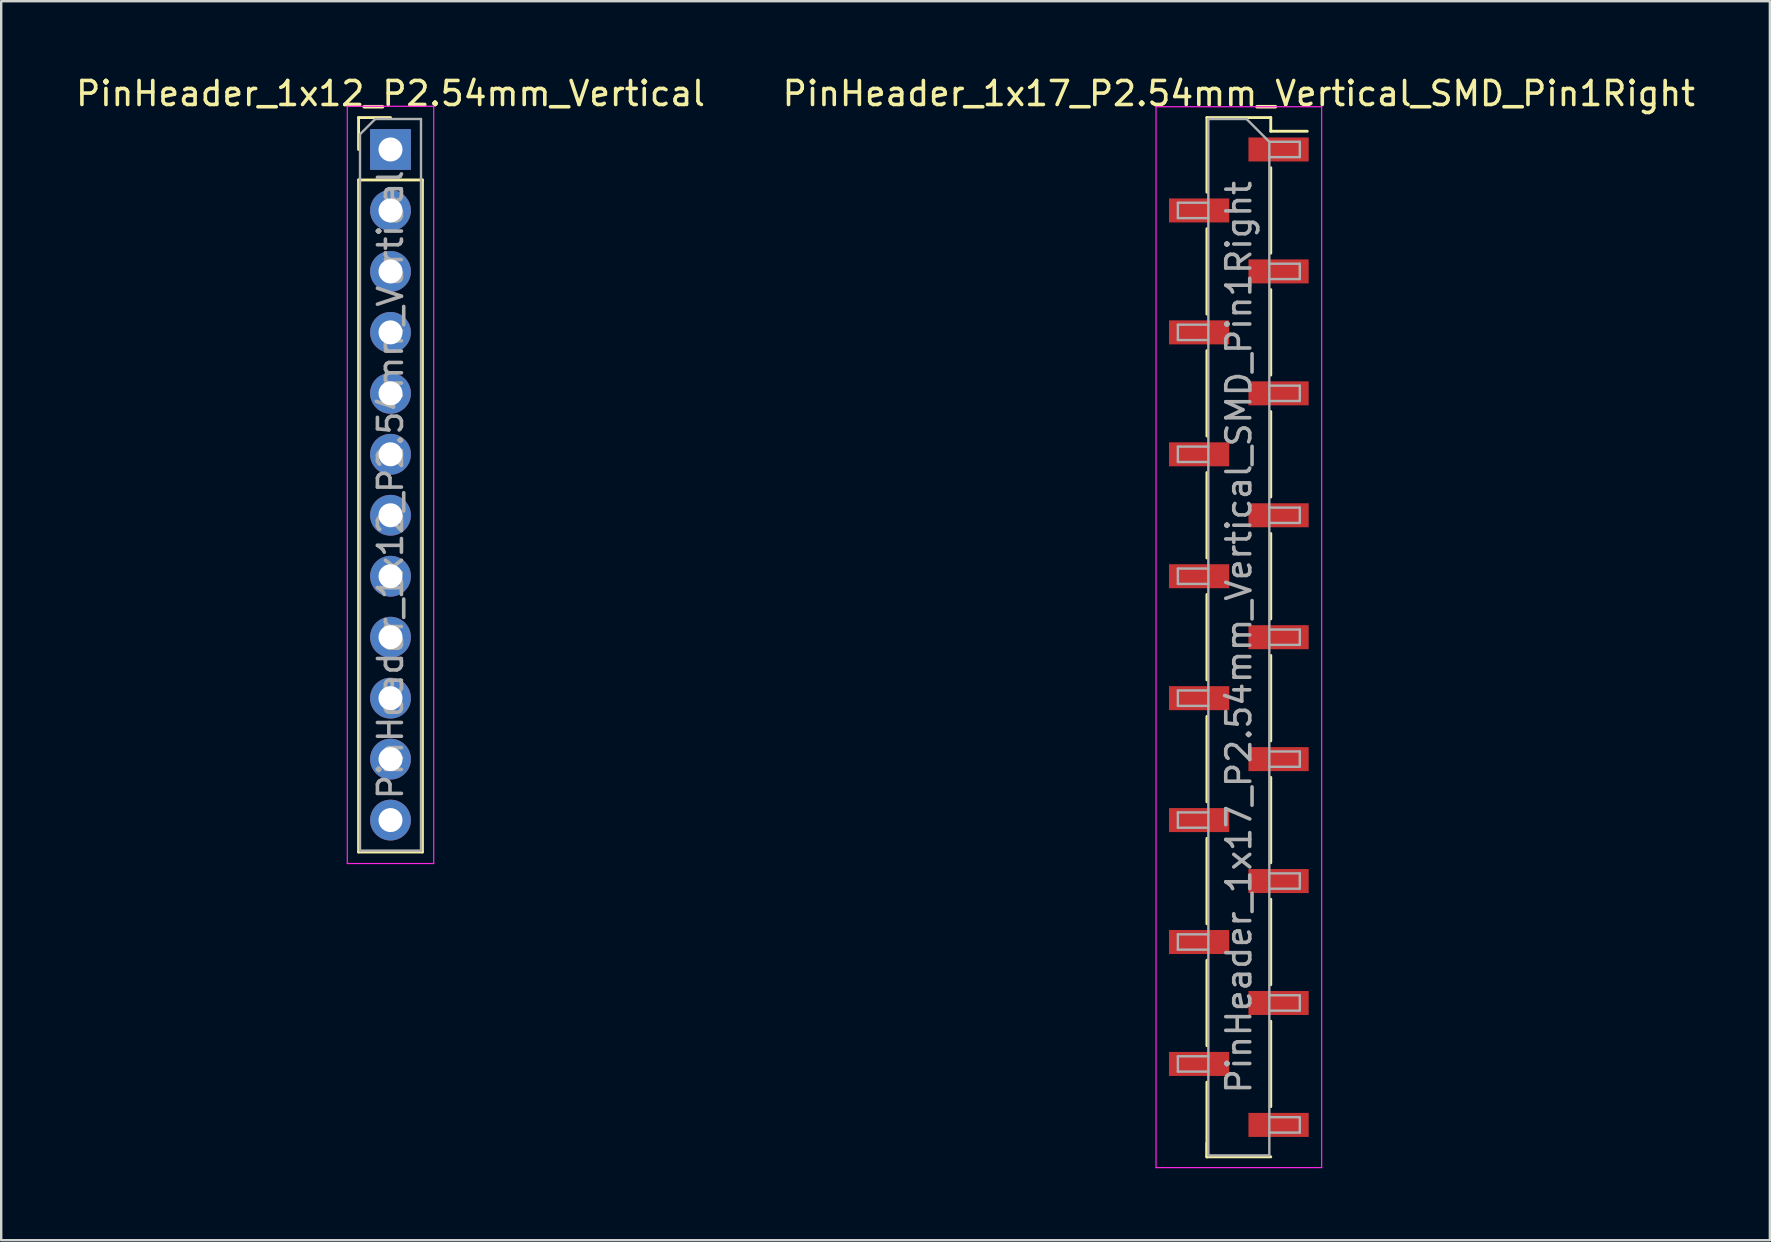
<source format=kicad_pcb>
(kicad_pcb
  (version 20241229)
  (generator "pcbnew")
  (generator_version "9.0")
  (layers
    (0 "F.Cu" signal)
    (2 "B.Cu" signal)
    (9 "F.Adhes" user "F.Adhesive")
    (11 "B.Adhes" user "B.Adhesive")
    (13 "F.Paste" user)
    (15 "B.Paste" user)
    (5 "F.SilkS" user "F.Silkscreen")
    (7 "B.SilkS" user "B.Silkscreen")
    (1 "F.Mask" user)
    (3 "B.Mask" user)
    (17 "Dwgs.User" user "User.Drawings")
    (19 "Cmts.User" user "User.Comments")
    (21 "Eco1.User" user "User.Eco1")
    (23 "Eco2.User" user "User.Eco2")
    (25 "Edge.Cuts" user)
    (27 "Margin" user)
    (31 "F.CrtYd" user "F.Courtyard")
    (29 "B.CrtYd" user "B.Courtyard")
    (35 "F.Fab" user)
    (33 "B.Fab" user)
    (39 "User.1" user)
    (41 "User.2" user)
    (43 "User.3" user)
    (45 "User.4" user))
  (footprint "PinHeader_1x12_P2.54mm_Vertical"
    (layer "F.Cu")
    (at 13.22 3.178)
    (property "Reference" "PinHeader_1x12_P2.54mm_Vertical" (at 0 -2.33 0) (layer "F.SilkS") (effects (font (size 1 1) (thickness 0.15))))
    (attr through_hole)
    (fp_line (start -1.33 -1.33) (end 0 -1.33) (stroke (width 0.12) (type solid)) (layer "F.SilkS"))
    (fp_line (start -1.33 0) (end -1.33 -1.33) (stroke (width 0.12) (type solid)) (layer "F.SilkS"))
    (fp_line (start -1.33 1.27) (end -1.33 29.27) (stroke (width 0.12) (type solid)) (layer "F.SilkS"))
    (fp_line (start -1.33 1.27) (end 1.33 1.27) (stroke (width 0.12) (type solid)) (layer "F.SilkS"))
    (fp_line (start -1.33 29.27) (end 1.33 29.27) (stroke (width 0.12) (type solid)) (layer "F.SilkS"))
    (fp_line (start 1.33 1.27) (end 1.33 29.27) (stroke (width 0.12) (type solid)) (layer "F.SilkS"))
    (fp_line (start -1.8 -1.8) (end -1.8 29.75) (stroke (width 0.05) (type solid)) (layer "F.CrtYd"))
    (fp_line (start -1.8 29.75) (end 1.8 29.75) (stroke (width 0.05) (type solid)) (layer "F.CrtYd"))
    (fp_line (start 1.8 -1.8) (end -1.8 -1.8) (stroke (width 0.05) (type solid)) (layer "F.CrtYd"))
    (fp_line (start 1.8 29.75) (end 1.8 -1.8) (stroke (width 0.05) (type solid)) (layer "F.CrtYd"))
    (fp_line (start -1.27 -0.635) (end -0.635 -1.27) (stroke (width 0.1) (type solid)) (layer "F.Fab"))
    (fp_line (start -1.27 29.21) (end -1.27 -0.635) (stroke (width 0.1) (type solid)) (layer "F.Fab"))
    (fp_line (start -0.635 -1.27) (end 1.27 -1.27) (stroke (width 0.1) (type solid)) (layer "F.Fab"))
    (fp_line (start 1.27 -1.27) (end 1.27 29.21) (stroke (width 0.1) (type solid)) (layer "F.Fab"))
    (fp_line (start 1.27 29.21) (end -1.27 29.21) (stroke (width 0.1) (type solid)) (layer "F.Fab"))
    (fp_text user "${REFERENCE}" (at 0 13.97 90) (layer "F.Fab") (effects (font (size 1 1) (thickness 0.15))))
    (pad "1" thru_hole rect (at 0 0) (size 1.7 1.7) (drill 1) (layers "*.Cu" "*.Mask"))
    (pad "2" thru_hole oval (at 0 2.54) (size 1.7 1.7) (drill 1) (layers "*.Cu" "*.Mask"))
    (pad "3" thru_hole oval (at 0 5.08) (size 1.7 1.7) (drill 1) (layers "*.Cu" "*.Mask"))
    (pad "4" thru_hole oval (at 0 7.62) (size 1.7 1.7) (drill 1) (layers "*.Cu" "*.Mask"))
    (pad "5" thru_hole oval (at 0 10.16) (size 1.7 1.7) (drill 1) (layers "*.Cu" "*.Mask"))
    (pad "6" thru_hole oval (at 0 12.7) (size 1.7 1.7) (drill 1) (layers "*.Cu" "*.Mask"))
    (pad "7" thru_hole oval (at 0 15.24) (size 1.7 1.7) (drill 1) (layers "*.Cu" "*.Mask"))
    (pad "8" thru_hole oval (at 0 17.78) (size 1.7 1.7) (drill 1) (layers "*.Cu" "*.Mask"))
    (pad "9" thru_hole oval (at 0 20.32) (size 1.7 1.7) (drill 1) (layers "*.Cu" "*.Mask"))
    (pad "10" thru_hole oval (at 0 22.86) (size 1.7 1.7) (drill 1) (layers "*.Cu" "*.Mask"))
    (pad "11" thru_hole oval (at 0 25.4) (size 1.7 1.7) (drill 1) (layers "*.Cu" "*.Mask"))
    (pad "12" thru_hole oval (at 0 27.94) (size 1.7 1.7) (drill 1) (layers "*.Cu" "*.Mask")))
  (footprint "PinHeader_1x17_P2.54mm_Vertical_SMD_Pin1Right"
    (layer "F.Cu")
    (at 48.565 23.498)
    (property "Reference" "PinHeader_1x17_P2.54mm_Vertical_SMD_Pin1Right" (at 0 -22.65 0) (layer "F.SilkS") (effects (font (size 1 1) (thickness 0.15))))
    (attr smd)
    (fp_line (start -1.33 -21.65) (end -1.33 -18.54) (stroke (width 0.12) (type solid)) (layer "F.SilkS"))
    (fp_line (start -1.33 -21.65) (end 1.33 -21.65) (stroke (width 0.12) (type solid)) (layer "F.SilkS"))
    (fp_line (start -1.33 -17.02) (end -1.33 -13.46) (stroke (width 0.12) (type solid)) (layer "F.SilkS"))
    (fp_line (start -1.33 -11.94) (end -1.33 -8.38) (stroke (width 0.12) (type solid)) (layer "F.SilkS"))
    (fp_line (start -1.33 -6.86) (end -1.33 -3.3) (stroke (width 0.12) (type solid)) (layer "F.SilkS"))
    (fp_line (start -1.33 -1.78) (end -1.33 1.78) (stroke (width 0.12) (type solid)) (layer "F.SilkS"))
    (fp_line (start -1.33 3.3) (end -1.33 6.86) (stroke (width 0.12) (type solid)) (layer "F.SilkS"))
    (fp_line (start -1.33 8.38) (end -1.33 11.94) (stroke (width 0.12) (type solid)) (layer "F.SilkS"))
    (fp_line (start -1.33 13.46) (end -1.33 17.02) (stroke (width 0.12) (type solid)) (layer "F.SilkS"))
    (fp_line (start -1.33 18.54) (end -1.33 21.65) (stroke (width 0.12) (type solid)) (layer "F.SilkS"))
    (fp_line (start -1.33 21.08) (end -1.33 21.65) (stroke (width 0.12) (type solid)) (layer "F.SilkS"))
    (fp_line (start -1.33 21.65) (end 1.33 21.65) (stroke (width 0.12) (type solid)) (layer "F.SilkS"))
    (fp_line (start 1.33 -21.65) (end 1.33 -21.08) (stroke (width 0.12) (type solid)) (layer "F.SilkS"))
    (fp_line (start 1.33 -21.08) (end 2.85 -21.08) (stroke (width 0.12) (type solid)) (layer "F.SilkS"))
    (fp_line (start 1.33 -19.56) (end 1.33 -16) (stroke (width 0.12) (type solid)) (layer "F.SilkS"))
    (fp_line (start 1.33 -14.48) (end 1.33 -10.92) (stroke (width 0.12) (type solid)) (layer "F.SilkS"))
    (fp_line (start 1.33 -9.4) (end 1.33 -5.84) (stroke (width 0.12) (type solid)) (layer "F.SilkS"))
    (fp_line (start 1.33 -4.32) (end 1.33 -0.76) (stroke (width 0.12) (type solid)) (layer "F.SilkS"))
    (fp_line (start 1.33 0.76) (end 1.33 4.32) (stroke (width 0.12) (type solid)) (layer "F.SilkS"))
    (fp_line (start 1.33 5.84) (end 1.33 9.4) (stroke (width 0.12) (type solid)) (layer "F.SilkS"))
    (fp_line (start 1.33 10.92) (end 1.33 14.48) (stroke (width 0.12) (type solid)) (layer "F.SilkS"))
    (fp_line (start 1.33 16) (end 1.33 19.56) (stroke (width 0.12) (type solid)) (layer "F.SilkS"))
    (fp_line (start -3.45 -22.1) (end -3.45 22.1) (stroke (width 0.05) (type solid)) (layer "F.CrtYd"))
    (fp_line (start -3.45 22.1) (end 3.45 22.1) (stroke (width 0.05) (type solid)) (layer "F.CrtYd"))
    (fp_line (start 3.45 -22.1) (end -3.45 -22.1) (stroke (width 0.05) (type solid)) (layer "F.CrtYd"))
    (fp_line (start 3.45 22.1) (end 3.45 -22.1) (stroke (width 0.05) (type solid)) (layer "F.CrtYd"))
    (fp_line (start -2.54 -18.1) (end -2.54 -17.46) (stroke (width 0.1) (type solid)) (layer "F.Fab"))
    (fp_line (start -2.54 -17.46) (end -1.27 -17.46) (stroke (width 0.1) (type solid)) (layer "F.Fab"))
    (fp_line (start -2.54 -13.02) (end -2.54 -12.38) (stroke (width 0.1) (type solid)) (layer "F.Fab"))
    (fp_line (start -2.54 -12.38) (end -1.27 -12.38) (stroke (width 0.1) (type solid)) (layer "F.Fab"))
    (fp_line (start -2.54 -7.94) (end -2.54 -7.3) (stroke (width 0.1) (type solid)) (layer "F.Fab"))
    (fp_line (start -2.54 -7.3) (end -1.27 -7.3) (stroke (width 0.1) (type solid)) (layer "F.Fab"))
    (fp_line (start -2.54 -2.86) (end -2.54 -2.22) (stroke (width 0.1) (type solid)) (layer "F.Fab"))
    (fp_line (start -2.54 -2.22) (end -1.27 -2.22) (stroke (width 0.1) (type solid)) (layer "F.Fab"))
    (fp_line (start -2.54 2.22) (end -2.54 2.86) (stroke (width 0.1) (type solid)) (layer "F.Fab"))
    (fp_line (start -2.54 2.86) (end -1.27 2.86) (stroke (width 0.1) (type solid)) (layer "F.Fab"))
    (fp_line (start -2.54 7.3) (end -2.54 7.94) (stroke (width 0.1) (type solid)) (layer "F.Fab"))
    (fp_line (start -2.54 7.94) (end -1.27 7.94) (stroke (width 0.1) (type solid)) (layer "F.Fab"))
    (fp_line (start -2.54 12.38) (end -2.54 13.02) (stroke (width 0.1) (type solid)) (layer "F.Fab"))
    (fp_line (start -2.54 13.02) (end -1.27 13.02) (stroke (width 0.1) (type solid)) (layer "F.Fab"))
    (fp_line (start -2.54 17.46) (end -2.54 18.1) (stroke (width 0.1) (type solid)) (layer "F.Fab"))
    (fp_line (start -2.54 18.1) (end -1.27 18.1) (stroke (width 0.1) (type solid)) (layer "F.Fab"))
    (fp_line (start -1.27 -21.59) (end -1.27 21.59) (stroke (width 0.1) (type solid)) (layer "F.Fab"))
    (fp_line (start -1.27 -21.59) (end 0.32 -21.59) (stroke (width 0.1) (type solid)) (layer "F.Fab"))
    (fp_line (start -1.27 -18.1) (end -2.54 -18.1) (stroke (width 0.1) (type solid)) (layer "F.Fab"))
    (fp_line (start -1.27 -13.02) (end -2.54 -13.02) (stroke (width 0.1) (type solid)) (layer "F.Fab"))
    (fp_line (start -1.27 -7.94) (end -2.54 -7.94) (stroke (width 0.1) (type solid)) (layer "F.Fab"))
    (fp_line (start -1.27 -2.86) (end -2.54 -2.86) (stroke (width 0.1) (type solid)) (layer "F.Fab"))
    (fp_line (start -1.27 2.22) (end -2.54 2.22) (stroke (width 0.1) (type solid)) (layer "F.Fab"))
    (fp_line (start -1.27 7.3) (end -2.54 7.3) (stroke (width 0.1) (type solid)) (layer "F.Fab"))
    (fp_line (start -1.27 12.38) (end -2.54 12.38) (stroke (width 0.1) (type solid)) (layer "F.Fab"))
    (fp_line (start -1.27 17.46) (end -2.54 17.46) (stroke (width 0.1) (type solid)) (layer "F.Fab"))
    (fp_line (start 1.27 -20.64) (end 0.32 -21.59) (stroke (width 0.1) (type solid)) (layer "F.Fab"))
    (fp_line (start 1.27 -20.64) (end 2.54 -20.64) (stroke (width 0.1) (type solid)) (layer "F.Fab"))
    (fp_line (start 1.27 -15.56) (end 2.54 -15.56) (stroke (width 0.1) (type solid)) (layer "F.Fab"))
    (fp_line (start 1.27 -10.48) (end 2.54 -10.48) (stroke (width 0.1) (type solid)) (layer "F.Fab"))
    (fp_line (start 1.27 -5.4) (end 2.54 -5.4) (stroke (width 0.1) (type solid)) (layer "F.Fab"))
    (fp_line (start 1.27 -0.32) (end 2.54 -0.32) (stroke (width 0.1) (type solid)) (layer "F.Fab"))
    (fp_line (start 1.27 4.76) (end 2.54 4.76) (stroke (width 0.1) (type solid)) (layer "F.Fab"))
    (fp_line (start 1.27 9.84) (end 2.54 9.84) (stroke (width 0.1) (type solid)) (layer "F.Fab"))
    (fp_line (start 1.27 14.92) (end 2.54 14.92) (stroke (width 0.1) (type solid)) (layer "F.Fab"))
    (fp_line (start 1.27 20) (end 2.54 20) (stroke (width 0.1) (type solid)) (layer "F.Fab"))
    (fp_line (start 1.27 21.59) (end -1.27 21.59) (stroke (width 0.1) (type solid)) (layer "F.Fab"))
    (fp_line (start 1.27 21.59) (end 1.27 -20.64) (stroke (width 0.1) (type solid)) (layer "F.Fab"))
    (fp_line (start 2.54 -20.64) (end 2.54 -20) (stroke (width 0.1) (type solid)) (layer "F.Fab"))
    (fp_line (start 2.54 -20) (end 1.27 -20) (stroke (width 0.1) (type solid)) (layer "F.Fab"))
    (fp_line (start 2.54 -15.56) (end 2.54 -14.92) (stroke (width 0.1) (type solid)) (layer "F.Fab"))
    (fp_line (start 2.54 -14.92) (end 1.27 -14.92) (stroke (width 0.1) (type solid)) (layer "F.Fab"))
    (fp_line (start 2.54 -10.48) (end 2.54 -9.84) (stroke (width 0.1) (type solid)) (layer "F.Fab"))
    (fp_line (start 2.54 -9.84) (end 1.27 -9.84) (stroke (width 0.1) (type solid)) (layer "F.Fab"))
    (fp_line (start 2.54 -5.4) (end 2.54 -4.76) (stroke (width 0.1) (type solid)) (layer "F.Fab"))
    (fp_line (start 2.54 -4.76) (end 1.27 -4.76) (stroke (width 0.1) (type solid)) (layer "F.Fab"))
    (fp_line (start 2.54 -0.32) (end 2.54 0.32) (stroke (width 0.1) (type solid)) (layer "F.Fab"))
    (fp_line (start 2.54 0.32) (end 1.27 0.32) (stroke (width 0.1) (type solid)) (layer "F.Fab"))
    (fp_line (start 2.54 4.76) (end 2.54 5.4) (stroke (width 0.1) (type solid)) (layer "F.Fab"))
    (fp_line (start 2.54 5.4) (end 1.27 5.4) (stroke (width 0.1) (type solid)) (layer "F.Fab"))
    (fp_line (start 2.54 9.84) (end 2.54 10.48) (stroke (width 0.1) (type solid)) (layer "F.Fab"))
    (fp_line (start 2.54 10.48) (end 1.27 10.48) (stroke (width 0.1) (type solid)) (layer "F.Fab"))
    (fp_line (start 2.54 14.92) (end 2.54 15.56) (stroke (width 0.1) (type solid)) (layer "F.Fab"))
    (fp_line (start 2.54 15.56) (end 1.27 15.56) (stroke (width 0.1) (type solid)) (layer "F.Fab"))
    (fp_line (start 2.54 20) (end 2.54 20.64) (stroke (width 0.1) (type solid)) (layer "F.Fab"))
    (fp_line (start 2.54 20.64) (end 1.27 20.64) (stroke (width 0.1) (type solid)) (layer "F.Fab"))
    (fp_text user "${REFERENCE}" (at 0 0 90) (layer "F.Fab") (effects (font (size 1 1) (thickness 0.15))))
    (pad "1" smd rect (at 1.655 -20.32) (size 2.51 1) (layers "F.Cu" "F.Mask" "F.Paste"))
    (pad "2" smd rect (at -1.655 -17.78) (size 2.51 1) (layers "F.Cu" "F.Mask" "F.Paste"))
    (pad "3" smd rect (at 1.655 -15.24) (size 2.51 1) (layers "F.Cu" "F.Mask" "F.Paste"))
    (pad "4" smd rect (at -1.655 -12.7) (size 2.51 1) (layers "F.Cu" "F.Mask" "F.Paste"))
    (pad "5" smd rect (at 1.655 -10.16) (size 2.51 1) (layers "F.Cu" "F.Mask" "F.Paste"))
    (pad "6" smd rect (at -1.655 -7.62) (size 2.51 1) (layers "F.Cu" "F.Mask" "F.Paste"))
    (pad "7" smd rect (at 1.655 -5.08) (size 2.51 1) (layers "F.Cu" "F.Mask" "F.Paste"))
    (pad "8" smd rect (at -1.655 -2.54) (size 2.51 1) (layers "F.Cu" "F.Mask" "F.Paste"))
    (pad "9" smd rect (at 1.655 0) (size 2.51 1) (layers "F.Cu" "F.Mask" "F.Paste"))
    (pad "10" smd rect (at -1.655 2.54) (size 2.51 1) (layers "F.Cu" "F.Mask" "F.Paste"))
    (pad "11" smd rect (at 1.655 5.08) (size 2.51 1) (layers "F.Cu" "F.Mask" "F.Paste"))
    (pad "12" smd rect (at -1.655 7.62) (size 2.51 1) (layers "F.Cu" "F.Mask" "F.Paste"))
    (pad "13" smd rect (at 1.655 10.16) (size 2.51 1) (layers "F.Cu" "F.Mask" "F.Paste"))
    (pad "14" smd rect (at -1.655 12.7) (size 2.51 1) (layers "F.Cu" "F.Mask" "F.Paste"))
    (pad "15" smd rect (at 1.655 15.24) (size 2.51 1) (layers "F.Cu" "F.Mask" "F.Paste"))
    (pad "16" smd rect (at -1.655 17.78) (size 2.51 1) (layers "F.Cu" "F.Mask" "F.Paste"))
    (pad "17" smd rect (at 1.655 20.32) (size 2.51 1) (layers "F.Cu" "F.Mask" "F.Paste")))
  (gr_rect
    (start -3 -3)
    (end 70.69 48.623)
    (stroke (width 0.1) (type default))
    (fill no)
    (layer "Edge.Cuts")))
</source>
